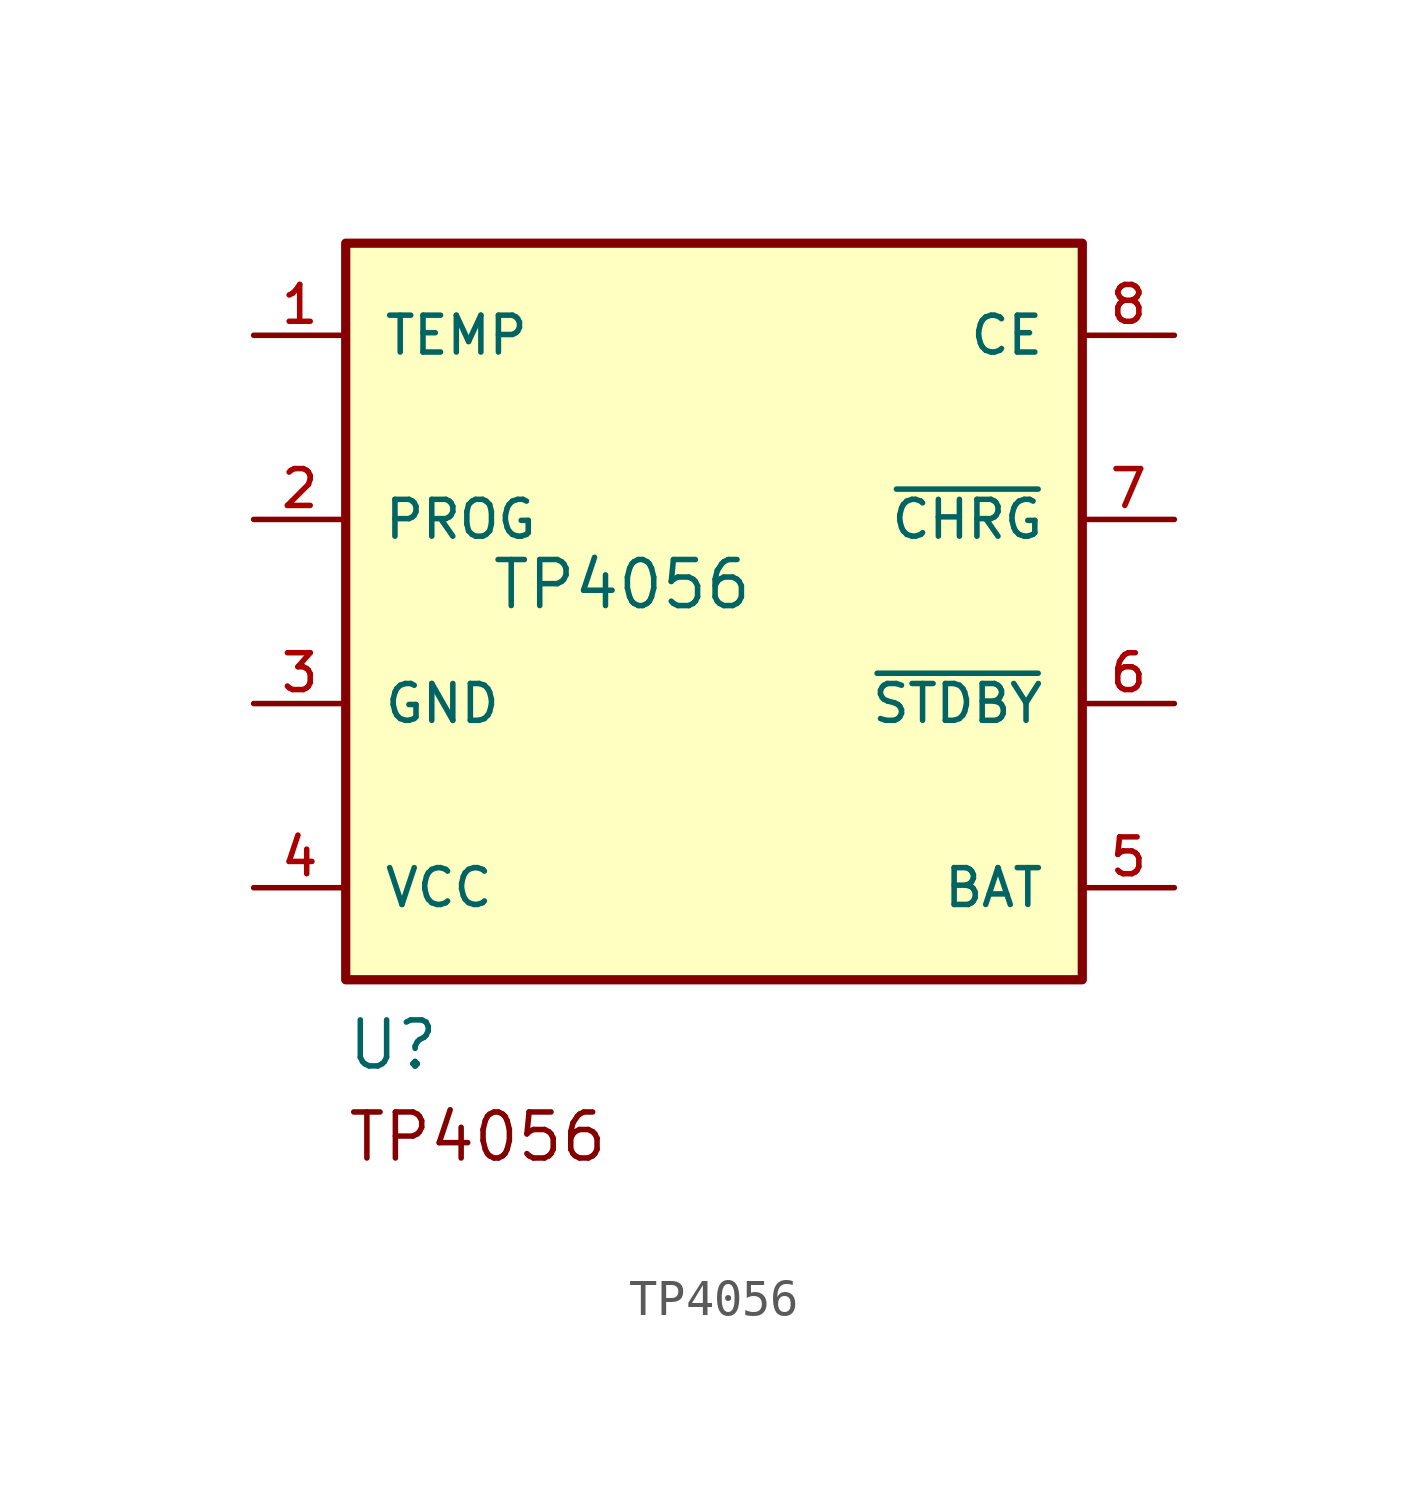
<source format=kicad_sym>
(kicad_symbol_lib
  (version 20211014)
  (generator kicad_symbol_editor)
  (symbol "TP4056"
    (pin_names
      (offset 1.016))
    (property "Reference" "U"
      (at -7.62 -12.7 0)
      (effects (font (size 1.27 1.27)) (justify bottom left)))
    (property "Value" "TP4056"
      (at 0 0.0 0)
      (effects (font (size 1.27 1.27)) (justify bottom)))
    (symbol "TP4056_0_0"
      (text "TP4056" (at -7.62 -15.24 0) (effects (font (size 1.27 1.27)) (justify bottom left)))
      (rectangle (start -7.62 -10.16) (end 12.7 10.16) (stroke (width 0.254)) (fill (type background)))
      (pin bidirectional line (at -10.16 7.62 0) (length 2.54) (name "TEMP" (effects (font (size 1.016 1.016)))) (number "1" (effects (font (size 1.016 1.016)))))
      (pin bidirectional line (at -10.16 2.54 0) (length 2.54) (name "PROG" (effects (font (size 1.016 1.016)))) (number "2" (effects (font (size 1.016 1.016)))))
      (pin bidirectional line (at -10.16 -2.54 0) (length 2.54) (name "GND" (effects (font (size 1.016 1.016)))) (number "3" (effects (font (size 1.016 1.016)))))
      (pin bidirectional line (at -10.16 -7.62 0) (length 2.54) (name "VCC" (effects (font (size 1.016 1.016)))) (number "4" (effects (font (size 1.016 1.016)))))
      (pin bidirectional line (at 15.24 -7.62 180.0) (length 2.54) (name "BAT" (effects (font (size 1.016 1.016)))) (number "5" (effects (font (size 1.016 1.016)))))
      (pin bidirectional line (at 15.24 -2.54 180.0) (length 2.54) (name "~{STDBY}" (effects (font (size 1.016 1.016)))) (number "6" (effects (font (size 1.016 1.016)))))
      (pin bidirectional line (at 15.24 2.54 180.0) (length 2.54) (name "~{CHRG}" (effects (font (size 1.016 1.016)))) (number "7" (effects (font (size 1.016 1.016)))))
      (pin bidirectional line (at 15.24 7.62 180.0) (length 2.54) (name "CE" (effects (font (size 1.016 1.016)))) (number "8" (effects (font (size 1.016 1.016))))))))
</source>
